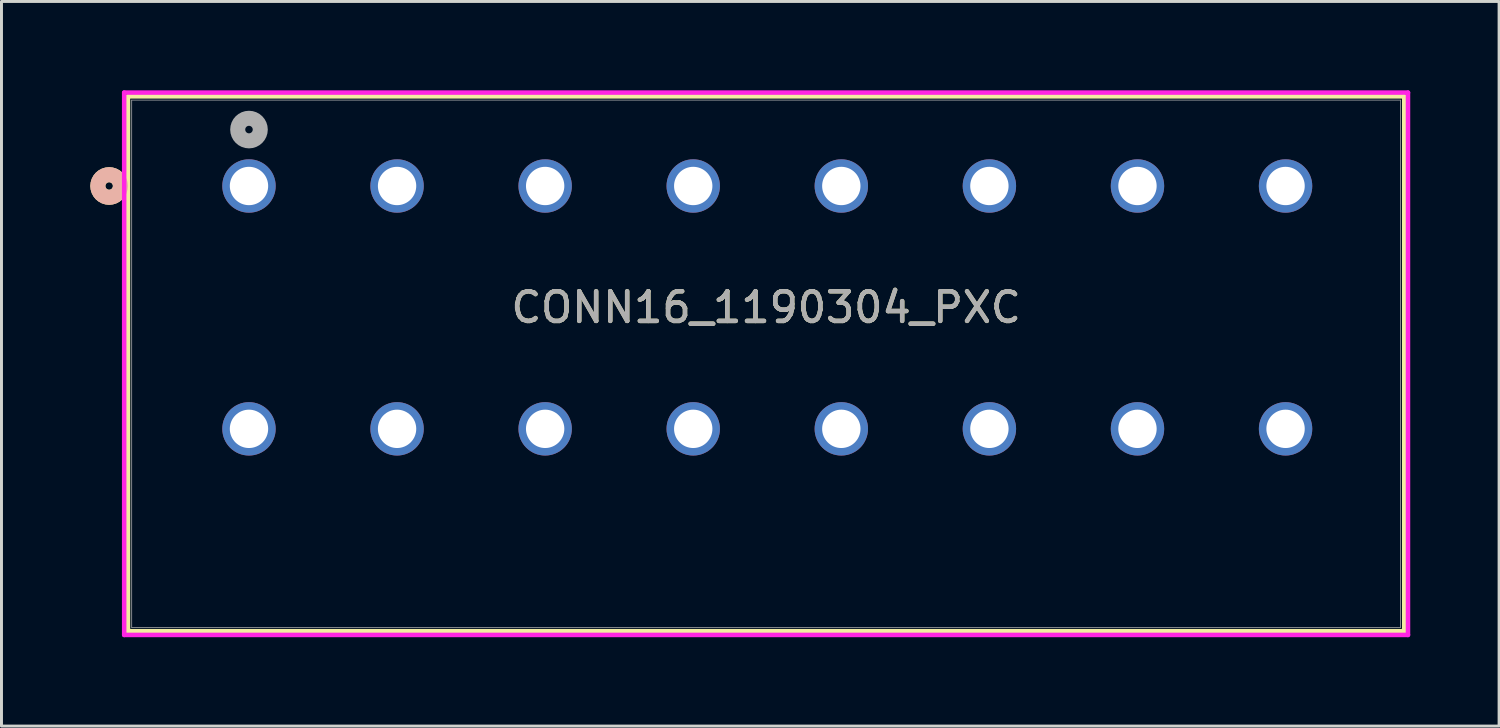
<source format=kicad_pcb>
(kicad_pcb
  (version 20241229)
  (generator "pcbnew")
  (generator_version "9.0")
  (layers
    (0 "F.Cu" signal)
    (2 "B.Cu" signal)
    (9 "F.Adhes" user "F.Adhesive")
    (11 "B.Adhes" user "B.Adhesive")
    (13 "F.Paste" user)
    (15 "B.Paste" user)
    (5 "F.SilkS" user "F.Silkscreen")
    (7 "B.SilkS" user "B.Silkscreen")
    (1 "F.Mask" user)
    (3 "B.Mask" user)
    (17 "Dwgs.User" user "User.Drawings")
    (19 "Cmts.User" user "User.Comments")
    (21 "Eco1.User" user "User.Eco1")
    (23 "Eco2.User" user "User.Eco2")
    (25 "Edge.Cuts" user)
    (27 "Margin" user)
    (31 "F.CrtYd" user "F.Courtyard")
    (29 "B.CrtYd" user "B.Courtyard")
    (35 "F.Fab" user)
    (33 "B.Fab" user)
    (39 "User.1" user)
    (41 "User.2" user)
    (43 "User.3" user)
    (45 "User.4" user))
  (footprint "CONN16_1190304_PXC"
    (layer "F.Cu")
    (at 5.357 3.23)
    (property "Reference" "CONN16_1190304_PXC" (at 17.46 4.1 0) (unlocked yes) (layer "F.SilkS") (effects (font (size 1 1) (thickness 0.15))))
    (attr through_hole)
    (fp_line (start -4.087 -3.027) (end -4.087 15.032) (stroke (width 0.152) (type solid)) (layer "F.SilkS"))
    (fp_line (start -4.087 15.032) (end 39.007 15.032) (stroke (width 0.152) (type solid)) (layer "F.SilkS"))
    (fp_line (start 39.007 -3.027) (end -4.087 -3.027) (stroke (width 0.152) (type solid)) (layer "F.SilkS"))
    (fp_line (start 39.007 15.032) (end 39.007 -3.027) (stroke (width 0.152) (type solid)) (layer "F.SilkS"))
    (fp_circle (center -4.722 0) (end -4.341 0) (stroke (width 0.508) (type solid)) (fill no) (layer "F.SilkS"))
    (fp_circle (center -4.722 0) (end -4.341 0) (stroke (width 0.508) (type solid)) (fill no) (layer "B.SilkS"))
    (fp_line (start -4.214 -3.154) (end -4.214 15.159) (stroke (width 0.152) (type solid)) (layer "F.CrtYd"))
    (fp_line (start -4.214 15.159) (end 39.134 15.159) (stroke (width 0.152) (type solid)) (layer "F.CrtYd"))
    (fp_line (start 39.134 -3.154) (end -4.214 -3.154) (stroke (width 0.152) (type solid)) (layer "F.CrtYd"))
    (fp_line (start 39.134 15.159) (end 39.134 -3.154) (stroke (width 0.152) (type solid)) (layer "F.CrtYd"))
    (fp_line (start -3.96 -2.9) (end -3.96 14.905) (stroke (width 0.025) (type solid)) (layer "F.Fab"))
    (fp_line (start -3.96 14.905) (end 38.88 14.905) (stroke (width 0.025) (type solid)) (layer "F.Fab"))
    (fp_line (start 38.88 -2.9) (end -3.96 -2.9) (stroke (width 0.025) (type solid)) (layer "F.Fab"))
    (fp_line (start 38.88 14.905) (end 38.88 -2.9) (stroke (width 0.025) (type solid)) (layer "F.Fab"))
    (fp_circle (center 0 -1.905) (end 0.381 -1.905) (stroke (width 0.508) (type solid)) (fill no) (layer "F.Fab"))
    (fp_text user "${REFERENCE}" (at 17.46 4.1 0) (unlocked yes) (layer "F.Fab") (effects (font (size 1 1) (thickness 0.15))))
    (pad "1" thru_hole circle (at 0 0) (size 1.803 1.803) (drill 1.295) (layers "*.Cu" "*.Mask"))
    (pad "2" thru_hole circle (at 0 8.2) (size 1.803 1.803) (drill 1.295) (layers "*.Cu" "*.Mask"))
    (pad "3" thru_hole circle (at 5 0) (size 1.803 1.803) (drill 1.295) (layers "*.Cu" "*.Mask"))
    (pad "4" thru_hole circle (at 5 8.2) (size 1.803 1.803) (drill 1.295) (layers "*.Cu" "*.Mask"))
    (pad "5" thru_hole circle (at 10 0) (size 1.803 1.803) (drill 1.295) (layers "*.Cu" "*.Mask"))
    (pad "6" thru_hole circle (at 10 8.2) (size 1.803 1.803) (drill 1.295) (layers "*.Cu" "*.Mask"))
    (pad "7" thru_hole circle (at 15 0) (size 1.803 1.803) (drill 1.295) (layers "*.Cu" "*.Mask"))
    (pad "8" thru_hole circle (at 15 8.2) (size 1.803 1.803) (drill 1.295) (layers "*.Cu" "*.Mask"))
    (pad "9" thru_hole circle (at 20 0) (size 1.803 1.803) (drill 1.295) (layers "*.Cu" "*.Mask"))
    (pad "10" thru_hole circle (at 20 8.2) (size 1.803 1.803) (drill 1.295) (layers "*.Cu" "*.Mask"))
    (pad "11" thru_hole circle (at 25 0) (size 1.803 1.803) (drill 1.295) (layers "*.Cu" "*.Mask"))
    (pad "12" thru_hole circle (at 25 8.2) (size 1.803 1.803) (drill 1.295) (layers "*.Cu" "*.Mask"))
    (pad "13" thru_hole circle (at 30 0) (size 1.803 1.803) (drill 1.295) (layers "*.Cu" "*.Mask"))
    (pad "14" thru_hole circle (at 30 8.2) (size 1.803 1.803) (drill 1.295) (layers "*.Cu" "*.Mask"))
    (pad "15" thru_hole circle (at 35 0) (size 1.803 1.803) (drill 1.295) (layers "*.Cu" "*.Mask"))
    (pad "16" thru_hole circle (at 35 8.2) (size 1.803 1.803) (drill 1.295) (layers "*.Cu" "*.Mask")))
  (gr_rect
    (start -3 -3)
    (end 47.567 21.466)
    (stroke (width 0.1) (type default))
    (fill no)
    (layer "Edge.Cuts")))
</source>
